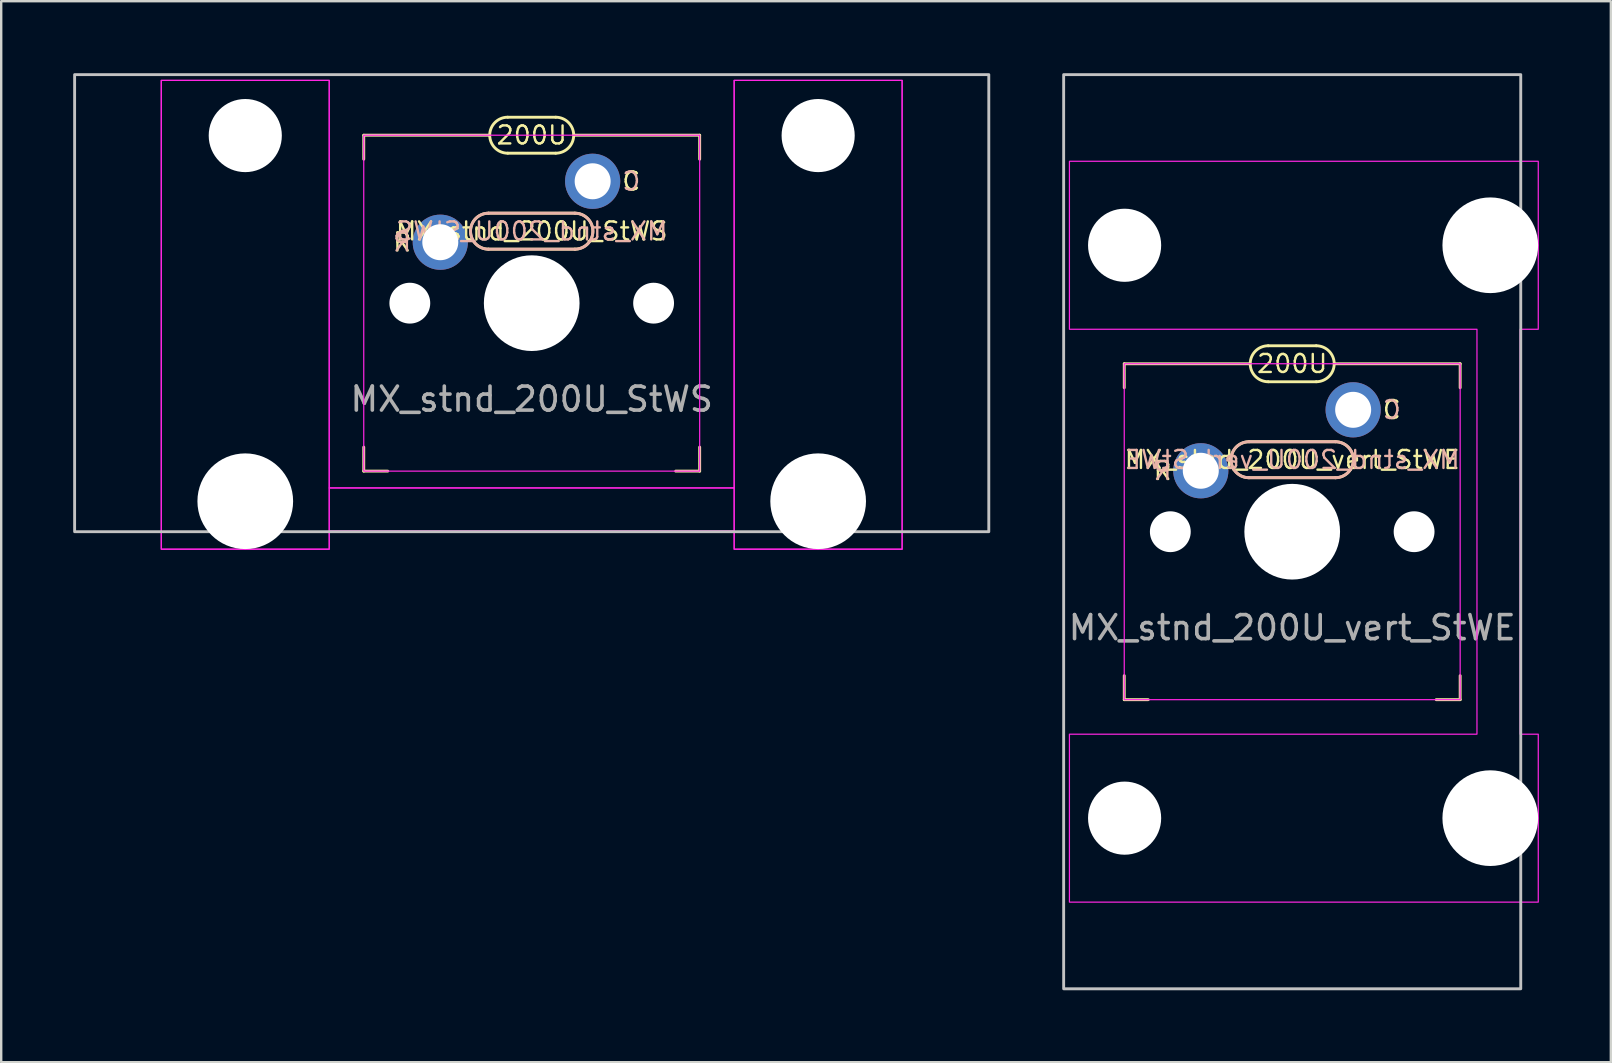
<source format=kicad_pcb>
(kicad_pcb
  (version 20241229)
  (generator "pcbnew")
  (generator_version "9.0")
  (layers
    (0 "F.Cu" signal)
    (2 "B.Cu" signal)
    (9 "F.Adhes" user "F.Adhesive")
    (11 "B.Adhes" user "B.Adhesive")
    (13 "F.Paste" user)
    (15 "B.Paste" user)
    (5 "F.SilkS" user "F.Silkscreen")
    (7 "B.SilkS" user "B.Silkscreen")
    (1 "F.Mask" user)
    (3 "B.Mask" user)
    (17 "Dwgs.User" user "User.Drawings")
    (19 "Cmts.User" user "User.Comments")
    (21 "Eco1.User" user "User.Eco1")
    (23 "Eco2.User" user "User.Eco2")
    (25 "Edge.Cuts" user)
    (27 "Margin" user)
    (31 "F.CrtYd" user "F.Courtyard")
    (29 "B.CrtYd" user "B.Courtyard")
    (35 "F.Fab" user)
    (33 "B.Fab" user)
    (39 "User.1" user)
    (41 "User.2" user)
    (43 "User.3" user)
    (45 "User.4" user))
  (footprint "MX_stnd_200U_vert_StWE"
    (layer "F.Cu")
    (at 50.805 19.11)
    (property "Reference" "MX_stnd_200U_vert_StWE" (at 0 -3 0) (unlocked yes) (layer "F.SilkS") (effects (font (size 0.75 0.75) (thickness 0.1))))
    (attr through_hole)
    (fp_line (start -7 -7) (end -1.75 -7) (stroke (width 0.12) (type solid)) (layer "F.SilkS"))
    (fp_line (start -7 -6) (end -7 -7) (stroke (width 0.12) (type solid)) (layer "F.SilkS"))
    (fp_line (start -7 7) (end -7 6) (stroke (width 0.12) (type solid)) (layer "F.SilkS"))
    (fp_line (start -6 7) (end -7 7) (stroke (width 0.12) (type solid)) (layer "F.SilkS"))
    (fp_line (start -1.8 -3.75) (end 1.8 -3.75) (stroke (width 0.12) (type solid)) (layer "F.SilkS"))
    (fp_line (start -1 -7.75) (end 1 -7.75) (stroke (width 0.12) (type solid)) (layer "F.SilkS"))
    (fp_line (start 1 -6.25) (end -1 -6.25) (stroke (width 0.12) (type solid)) (layer "F.SilkS"))
    (fp_line (start 1.8 -2.25) (end -1.8 -2.25) (stroke (width 0.12) (type solid)) (layer "F.SilkS"))
    (fp_line (start 6 7) (end 7 7) (stroke (width 0.12) (type solid)) (layer "F.SilkS"))
    (fp_line (start 7 -7) (end 1.75 -7) (stroke (width 0.12) (type solid)) (layer "F.SilkS"))
    (fp_line (start 7 -7) (end 7 -6) (stroke (width 0.12) (type solid)) (layer "F.SilkS"))
    (fp_line (start 7 7) (end 7 6) (stroke (width 0.12) (type solid)) (layer "F.SilkS"))
    (fp_arc (start -1.8 -2.25) (mid -2.55 -3) (end -1.8 -3.75) (stroke (width 0.12) (type solid)) (layer "F.SilkS"))
    (fp_arc (start -1 -6.25) (mid -1.75 -7) (end -1 -7.75) (stroke (width 0.12) (type solid)) (layer "F.SilkS"))
    (fp_arc (start 1 -7.75) (mid 1.75 -7) (end 1 -6.25) (stroke (width 0.12) (type solid)) (layer "F.SilkS"))
    (fp_arc (start 1.8 -3.75) (mid 2.55 -3) (end 1.8 -2.25) (stroke (width 0.12) (type solid)) (layer "F.SilkS"))
    (fp_line (start -1.8 -2.25) (end 1.8 -2.25) (stroke (width 0.12) (type solid)) (layer "B.SilkS"))
    (fp_line (start 1.8 -3.75) (end -1.8 -3.75) (stroke (width 0.12) (type solid)) (layer "B.SilkS"))
    (fp_arc (start -1.8 -2.25) (mid -2.55 -3) (end -1.8 -3.75) (stroke (width 0.12) (type solid)) (layer "B.SilkS"))
    (fp_arc (start 1.8 -3.75) (mid 2.55 -3) (end 1.8 -2.25) (stroke (width 0.12) (type solid)) (layer "B.SilkS"))
    (fp_rect (start 9.525 -19.05) (end -9.525 19.05) (stroke (width 0.12) (type solid)) (fill no) (layer "Dwgs.User"))
    (fp_rect (start -7 -7) (end 7 7) (stroke (width 0.05) (type solid)) (fill no) (layer "F.CrtYd"))
    (fp_poly (pts (xy 7.7 8.438) (xy 7.7 -8.438) (xy -9.285 -8.438) (xy -9.285 -15.438) (xy 10.255 -15.438) (xy 10.255 -8.438) (xy 9.5 -8.438) (xy 9.5 8.438) (xy 10.255 8.438) (xy 10.255 15.438) (xy -9.285 15.438) (xy -9.285 8.438)) (stroke (width 0.05) (type solid)) (fill no) (layer "F.CrtYd"))
    (fp_text user "R" (at -5.4 -2.54 0) (unlocked yes) (layer "F.SilkS") (effects (font (size 0.75 0.75) (thickness 0.1))))
    (fp_text user "200U" (at 0 -7 0) (unlocked yes) (layer "F.SilkS") (effects (font (size 0.75 0.75) (thickness 0.1))))
    (fp_text user "C" (at 4.15 -5.08 0) (unlocked yes) (layer "F.SilkS") (effects (font (size 0.75 0.75) (thickness 0.1))))
    (fp_text user "C" (at 4.15 -5.08 0) (unlocked yes) (layer "B.SilkS") (effects (font (size 0.75 0.75) (thickness 0.1)) (justify mirror)))
    (fp_text user "${REFERENCE}" (at 0 -3 0) (unlocked yes) (layer "B.SilkS") (effects (font (size 0.75 0.75) (thickness 0.1)) (justify mirror)))
    (fp_text user "R" (at -5.4 -2.54 0) (unlocked yes) (layer "B.SilkS") (effects (font (size 0.75 0.75) (thickness 0.1)) (justify mirror)))
    (fp_text user "${REFERENCE}" (at 0 4 0) (unlocked yes) (layer "F.Fab") (effects (font (size 1 1) (thickness 0.15))))
    (pad "" np_thru_hole circle (at -6.985 -11.938 90) (size 3.048 3.048) (drill 3.048) (layers "*.Cu" "*.Mask"))
    (pad "" np_thru_hole circle (at -6.985 11.938 90) (size 3.048 3.048) (drill 3.048) (layers "*.Cu" "*.Mask"))
    (pad "" np_thru_hole circle (at -5.08 0) (size 1.702 1.702) (drill 1.702) (layers "*.Cu" "*.Mask"))
    (pad "" np_thru_hole circle (at 0 0) (size 3.988 3.988) (drill 3.988) (layers "*.Cu" "*.Mask"))
    (pad "" np_thru_hole circle (at 5.08 0) (size 1.702 1.702) (drill 1.702) (layers "*.Cu" "*.Mask"))
    (pad "" np_thru_hole circle (at 8.255 -11.938 90) (size 3.988 3.988) (drill 3.988) (layers "*.Cu" "*.Mask"))
    (pad "" np_thru_hole circle (at 8.255 11.938 90) (size 3.988 3.988) (drill 3.988) (layers "*.Cu" "*.Mask"))
    (pad "1" thru_hole circle (at 2.54 -5.08) (size 2.3 2.3) (drill 1.5) (layers "*.Cu" "*.Mask"))
    (pad "2" thru_hole circle (at -3.81 -2.54) (size 2.3 2.3) (drill 1.5) (layers "*.Cu" "*.Mask")))
  (footprint "MX_stnd_200U_StWS"
    (layer "F.Cu")
    (at 19.11 9.585)
    (property "Reference" "MX_stnd_200U_StWS" (at 0 -3 0) (unlocked yes) (layer "F.SilkS") (effects (font (size 0.75 0.75) (thickness 0.1))))
    (attr through_hole)
    (fp_line (start -7 -7) (end -1.75 -7) (stroke (width 0.12) (type solid)) (layer "F.SilkS"))
    (fp_line (start -7 -6) (end -7 -7) (stroke (width 0.12) (type solid)) (layer "F.SilkS"))
    (fp_line (start -7 7) (end -7 6) (stroke (width 0.12) (type solid)) (layer "F.SilkS"))
    (fp_line (start -6 7) (end -7 7) (stroke (width 0.12) (type solid)) (layer "F.SilkS"))
    (fp_line (start -1.8 -3.75) (end 1.8 -3.75) (stroke (width 0.12) (type solid)) (layer "F.SilkS"))
    (fp_line (start -1 -7.75) (end 1 -7.75) (stroke (width 0.12) (type solid)) (layer "F.SilkS"))
    (fp_line (start 1 -6.25) (end -1 -6.25) (stroke (width 0.12) (type solid)) (layer "F.SilkS"))
    (fp_line (start 1.8 -2.25) (end -1.8 -2.25) (stroke (width 0.12) (type solid)) (layer "F.SilkS"))
    (fp_line (start 6 7) (end 7 7) (stroke (width 0.12) (type solid)) (layer "F.SilkS"))
    (fp_line (start 7 -7) (end 1.75 -7) (stroke (width 0.12) (type solid)) (layer "F.SilkS"))
    (fp_line (start 7 -7) (end 7 -6) (stroke (width 0.12) (type solid)) (layer "F.SilkS"))
    (fp_line (start 7 7) (end 7 6) (stroke (width 0.12) (type solid)) (layer "F.SilkS"))
    (fp_arc (start -1.8 -2.25) (mid -2.55 -3) (end -1.8 -3.75) (stroke (width 0.12) (type solid)) (layer "F.SilkS"))
    (fp_arc (start -1 -6.25) (mid -1.75 -7) (end -1 -7.75) (stroke (width 0.12) (type solid)) (layer "F.SilkS"))
    (fp_arc (start 1 -7.75) (mid 1.75 -7) (end 1 -6.25) (stroke (width 0.12) (type solid)) (layer "F.SilkS"))
    (fp_arc (start 1.8 -3.75) (mid 2.55 -3) (end 1.8 -2.25) (stroke (width 0.12) (type solid)) (layer "F.SilkS"))
    (fp_line (start -1.8 -2.25) (end 1.8 -2.25) (stroke (width 0.12) (type solid)) (layer "B.SilkS"))
    (fp_line (start 1.8 -3.75) (end -1.8 -3.75) (stroke (width 0.12) (type solid)) (layer "B.SilkS"))
    (fp_arc (start -1.8 -2.25) (mid -2.55 -3) (end -1.8 -3.75) (stroke (width 0.12) (type solid)) (layer "B.SilkS"))
    (fp_arc (start 1.8 -3.75) (mid 2.55 -3) (end 1.8 -2.25) (stroke (width 0.12) (type solid)) (layer "B.SilkS"))
    (fp_rect (start -19.05 -9.525) (end 19.05 9.525) (stroke (width 0.12) (type solid)) (fill no) (layer "Dwgs.User"))
    (fp_rect (start -15.438 -9.285) (end -8.438 10.255) (stroke (width 0.05) (type solid)) (fill no) (layer "F.CrtYd"))
    (fp_rect (start -8.438 9.5) (end 8.438 7.7) (stroke (width 0.05) (type solid)) (fill no) (layer "F.CrtYd"))
    (fp_rect (start -7 -7) (end 7 7) (stroke (width 0.05) (type solid)) (fill no) (layer "F.CrtYd"))
    (fp_rect (start 15.438 -9.285) (end 8.438 10.255) (stroke (width 0.05) (type solid)) (fill no) (layer "F.CrtYd"))
    (fp_poly (pts (xy -8.438 7.7) (xy 8.438 7.7) (xy 8.438 -9.285) (xy 15.438 -9.285) (xy 15.438 10.255) (xy 8.438 10.255) (xy 8.438 9.5) (xy -8.438 9.5) (xy -8.438 10.255) (xy -15.438 10.255) (xy -15.438 -9.285) (xy -8.438 -9.285)) (stroke (width 0.05) (type solid)) (fill no) (layer "F.CrtYd"))
    (fp_text user "200U" (at 0 -7 0) (unlocked yes) (layer "F.SilkS") (effects (font (size 0.75 0.75) (thickness 0.1))))
    (fp_text user "R" (at -5.4 -2.54 0) (unlocked yes) (layer "F.SilkS") (effects (font (size 0.75 0.75) (thickness 0.1))))
    (fp_text user "C" (at 4.15 -5.08 0) (unlocked yes) (layer "F.SilkS") (effects (font (size 0.75 0.75) (thickness 0.1))))
    (fp_text user "C" (at 4.15 -5.08 0) (unlocked yes) (layer "B.SilkS") (effects (font (size 0.75 0.75) (thickness 0.1)) (justify mirror)))
    (fp_text user "${REFERENCE}" (at 0 -3 0) (unlocked yes) (layer "B.SilkS") (effects (font (size 0.75 0.75) (thickness 0.1)) (justify mirror)))
    (fp_text user "R" (at -5.4 -2.54 0) (unlocked yes) (layer "B.SilkS") (effects (font (size 0.75 0.75) (thickness 0.1)) (justify mirror)))
    (fp_text user "${REFERENCE}" (at 0 4 0) (unlocked yes) (layer "F.Fab") (effects (font (size 1 1) (thickness 0.15))))
    (pad "" np_thru_hole circle (at -11.938 -6.985) (size 3.048 3.048) (drill 3.048) (layers "*.Cu" "*.Mask"))
    (pad "" np_thru_hole circle (at -11.938 8.255) (size 3.988 3.988) (drill 3.988) (layers "*.Cu" "*.Mask"))
    (pad "" np_thru_hole circle (at -5.08 0) (size 1.702 1.702) (drill 1.702) (layers "*.Cu" "*.Mask"))
    (pad "" np_thru_hole circle (at 0 0) (size 3.988 3.988) (drill 3.988) (layers "*.Cu" "*.Mask"))
    (pad "" np_thru_hole circle (at 5.08 0) (size 1.702 1.702) (drill 1.702) (layers "*.Cu" "*.Mask"))
    (pad "" np_thru_hole circle (at 11.938 -6.985) (size 3.048 3.048) (drill 3.048) (layers "*.Cu" "*.Mask"))
    (pad "" np_thru_hole circle (at 11.938 8.255) (size 3.988 3.988) (drill 3.988) (layers "*.Cu" "*.Mask"))
    (pad "1" thru_hole circle (at 2.54 -5.08) (size 2.3 2.3) (drill 1.5) (layers "*.Cu" "*.Mask"))
    (pad "2" thru_hole circle (at -3.81 -2.54) (size 2.3 2.3) (drill 1.5) (layers "*.Cu" "*.Mask")))
  (gr_rect
    (start -3 -3)
    (end 64.085 41.22)
    (stroke (width 0.1) (type default))
    (fill no)
    (layer "Edge.Cuts")))
</source>
